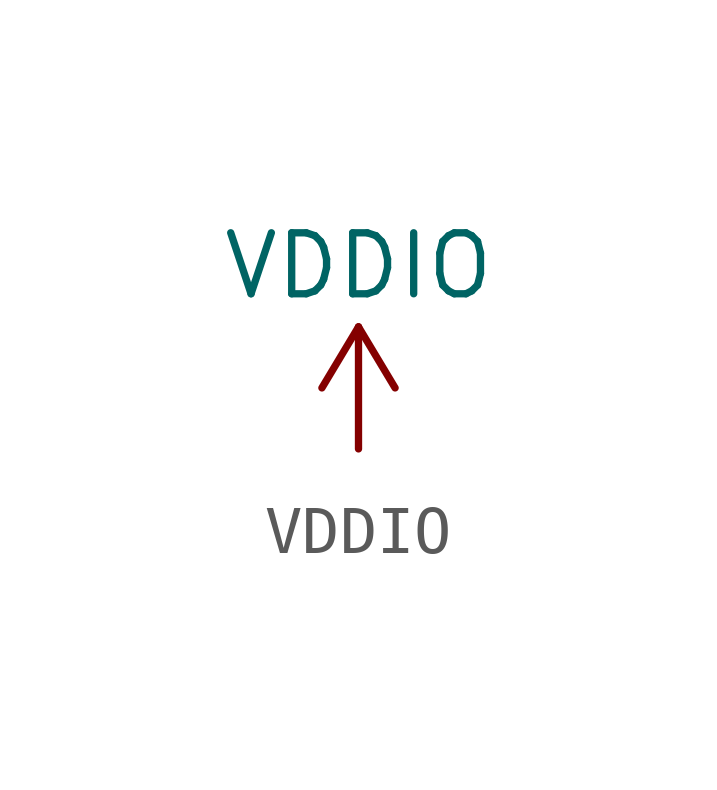
<source format=kicad_sym>
(kicad_symbol_lib
  (version 20211014)
  (generator kicad_symbol_editor)
  (symbol "VDDIO"
    (power)
    (pin_names
      (offset 0))
    (property "Reference" "#PWR"
      (at 0 -3.81 0)
      (effects (font (size 1.27 1.27)) hide))
    (property "Value" "VDDIO"
      (at 0 3.81 0)
      (effects (font (size 1.27 1.27))))
    (symbol "VDDIO_0_1"
      (polyline (pts (xy -0.762 1.27) (xy 0 2.54)) (stroke (width 0) (type default) (color 0 0 0 0)) (fill (type none)))
      (polyline (pts (xy 0 0) (xy 0 2.54)) (stroke (width 0) (type default) (color 0 0 0 0)) (fill (type none)))
      (polyline (pts (xy 0 2.54) (xy 0.762 1.27)) (stroke (width 0) (type default) (color 0 0 0 0)) (fill (type none))))
    (symbol "VDDIO_1_1"
      (pin power_in line (at 0 0 90) (length 0) hide (name "VDDIO" (effects (font (size 1.27 1.27)))) (number "1" (effects (font (size 1.27 1.27))))))))
</source>
